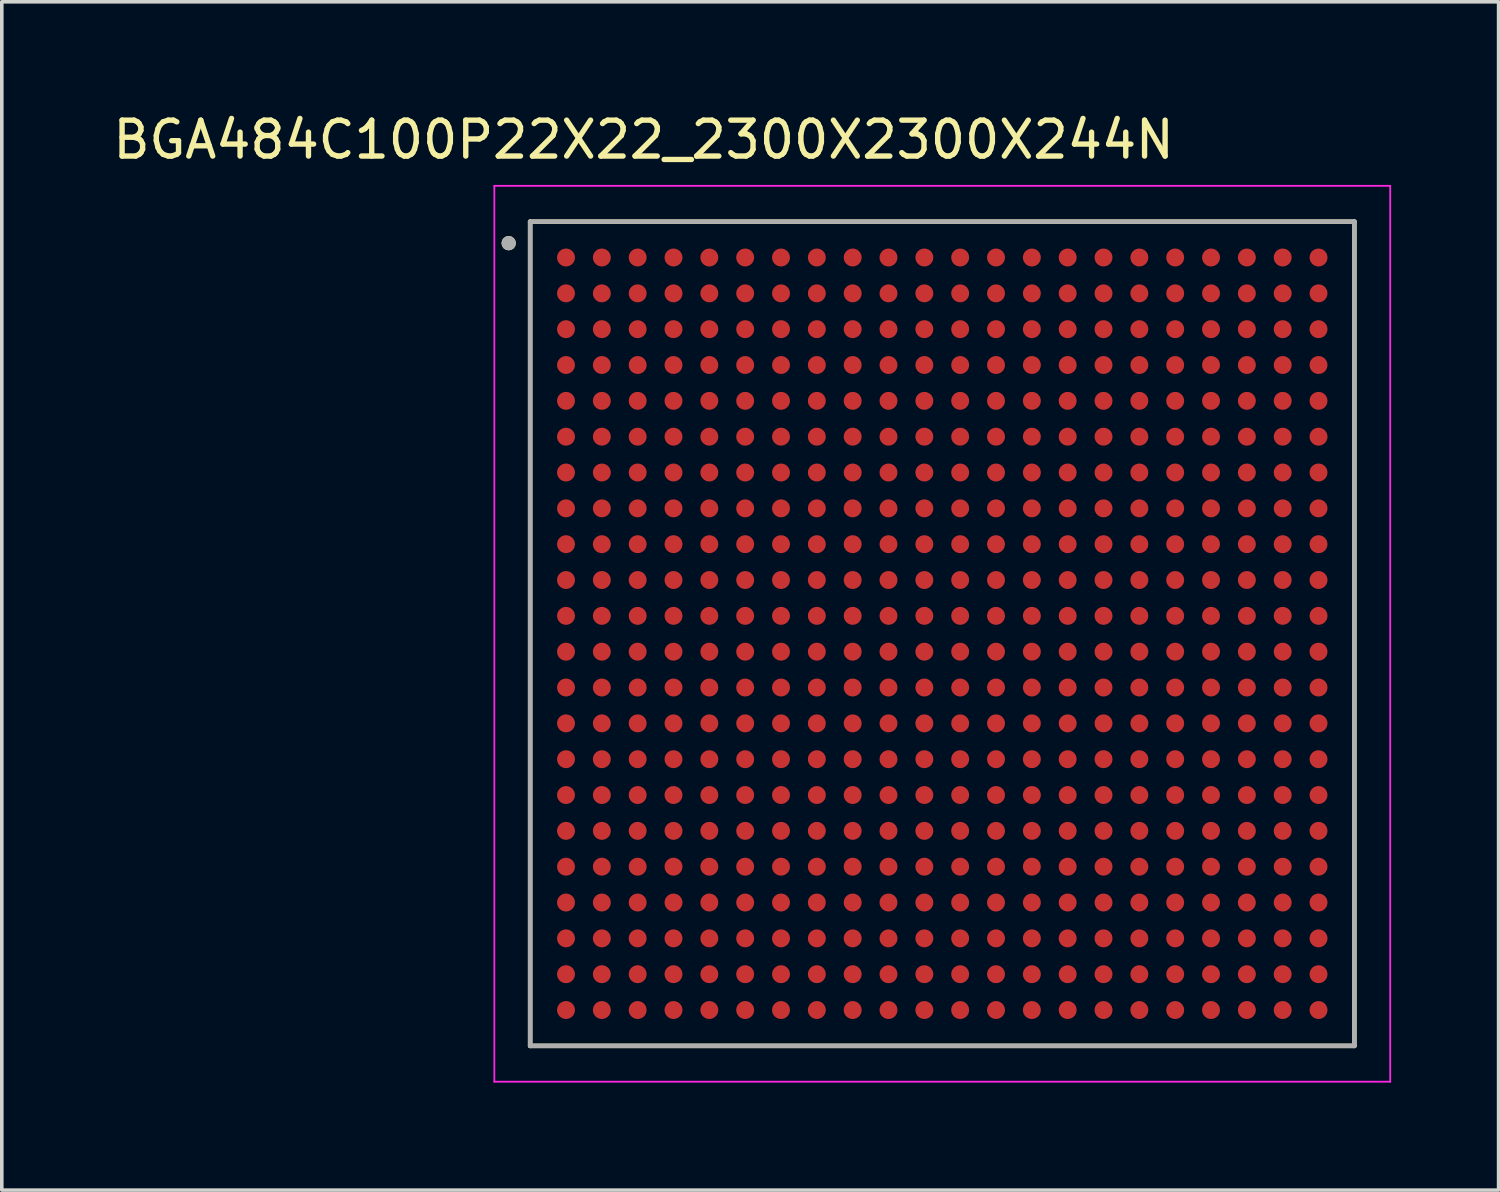
<source format=kicad_pcb>
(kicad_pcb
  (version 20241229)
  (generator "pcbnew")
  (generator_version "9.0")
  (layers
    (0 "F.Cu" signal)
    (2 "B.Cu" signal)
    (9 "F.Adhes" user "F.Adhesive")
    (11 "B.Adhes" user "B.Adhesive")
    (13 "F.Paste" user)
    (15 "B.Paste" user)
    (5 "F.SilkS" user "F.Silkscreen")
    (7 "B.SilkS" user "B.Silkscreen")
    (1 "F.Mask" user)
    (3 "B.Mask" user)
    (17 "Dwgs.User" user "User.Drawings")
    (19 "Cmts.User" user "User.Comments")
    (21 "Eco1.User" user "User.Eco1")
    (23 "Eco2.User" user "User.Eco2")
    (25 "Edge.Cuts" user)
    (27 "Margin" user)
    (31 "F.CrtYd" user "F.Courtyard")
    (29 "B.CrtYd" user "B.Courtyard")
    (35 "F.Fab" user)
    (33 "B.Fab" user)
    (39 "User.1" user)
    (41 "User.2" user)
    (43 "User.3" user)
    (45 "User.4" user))
  (footprint "BGA484C100P22X22_2300X2300X244N"
    (layer "F.Cu")
    (at 23.245 14.636)
    (property "Reference" "BGA484C100P22X22_2300X2300X244N" (at -8.335 -13.787 0) (layer "F.SilkS") (effects (font (size 1.002 1.002) (thickness 0.15))))
    (attr smd)
    (fp_line (start -11.5 -11.5) (end 11.5 -11.5) (stroke (width 0.127) (type solid)) (layer "F.SilkS"))
    (fp_line (start -11.5 11.5) (end -11.5 -11.5) (stroke (width 0.127) (type solid)) (layer "F.SilkS"))
    (fp_line (start 11.5 -11.5) (end 11.5 11.5) (stroke (width 0.127) (type solid)) (layer "F.SilkS"))
    (fp_line (start 11.5 11.5) (end -11.5 11.5) (stroke (width 0.127) (type solid)) (layer "F.SilkS"))
    (fp_circle (center -12.1 -10.9) (end -12 -10.9) (stroke (width 0.2) (type solid)) (fill no) (layer "F.SilkS"))
    (fp_line (start -12.5 -12.5) (end -12.5 12.5) (stroke (width 0.05) (type solid)) (layer "F.CrtYd"))
    (fp_line (start -12.5 12.5) (end 12.5 12.5) (stroke (width 0.05) (type solid)) (layer "F.CrtYd"))
    (fp_line (start 12.5 -12.5) (end -12.5 -12.5) (stroke (width 0.05) (type solid)) (layer "F.CrtYd"))
    (fp_line (start 12.5 12.5) (end 12.5 -12.5) (stroke (width 0.05) (type solid)) (layer "F.CrtYd"))
    (fp_line (start -11.5 -11.5) (end 11.5 -11.5) (stroke (width 0.127) (type solid)) (layer "F.Fab"))
    (fp_line (start -11.5 11.5) (end -11.5 -11.5) (stroke (width 0.127) (type solid)) (layer "F.Fab"))
    (fp_line (start 11.5 -11.5) (end 11.5 11.5) (stroke (width 0.127) (type solid)) (layer "F.Fab"))
    (fp_line (start 11.5 11.5) (end -11.5 11.5) (stroke (width 0.127) (type solid)) (layer "F.Fab"))
    (fp_circle (center -12.1 -10.9) (end -12 -10.9) (stroke (width 0.2) (type solid)) (fill no) (layer "F.Fab"))
    (pad "A1" smd circle (at -10.5 -10.5) (size 0.5 0.5) (layers "F.Cu" "F.Mask" "F.Paste"))
    (pad "A2" smd circle (at -9.5 -10.5) (size 0.5 0.5) (layers "F.Cu" "F.Mask" "F.Paste"))
    (pad "A3" smd circle (at -8.5 -10.5) (size 0.5 0.5) (layers "F.Cu" "F.Mask" "F.Paste"))
    (pad "A4" smd circle (at -7.5 -10.5) (size 0.5 0.5) (layers "F.Cu" "F.Mask" "F.Paste"))
    (pad "A5" smd circle (at -6.5 -10.5) (size 0.5 0.5) (layers "F.Cu" "F.Mask" "F.Paste"))
    (pad "A6" smd circle (at -5.5 -10.5) (size 0.5 0.5) (layers "F.Cu" "F.Mask" "F.Paste"))
    (pad "A7" smd circle (at -4.5 -10.5) (size 0.5 0.5) (layers "F.Cu" "F.Mask" "F.Paste"))
    (pad "A8" smd circle (at -3.5 -10.5) (size 0.5 0.5) (layers "F.Cu" "F.Mask" "F.Paste"))
    (pad "A9" smd circle (at -2.5 -10.5) (size 0.5 0.5) (layers "F.Cu" "F.Mask" "F.Paste"))
    (pad "A10" smd circle (at -1.5 -10.5) (size 0.5 0.5) (layers "F.Cu" "F.Mask" "F.Paste"))
    (pad "A11" smd circle (at -0.5 -10.5) (size 0.5 0.5) (layers "F.Cu" "F.Mask" "F.Paste"))
    (pad "A12" smd circle (at 0.5 -10.5) (size 0.5 0.5) (layers "F.Cu" "F.Mask" "F.Paste"))
    (pad "A13" smd circle (at 1.5 -10.5) (size 0.5 0.5) (layers "F.Cu" "F.Mask" "F.Paste"))
    (pad "A14" smd circle (at 2.5 -10.5) (size 0.5 0.5) (layers "F.Cu" "F.Mask" "F.Paste"))
    (pad "A15" smd circle (at 3.5 -10.5) (size 0.5 0.5) (layers "F.Cu" "F.Mask" "F.Paste"))
    (pad "A16" smd circle (at 4.5 -10.5) (size 0.5 0.5) (layers "F.Cu" "F.Mask" "F.Paste"))
    (pad "A17" smd circle (at 5.5 -10.5) (size 0.5 0.5) (layers "F.Cu" "F.Mask" "F.Paste"))
    (pad "A18" smd circle (at 6.5 -10.5) (size 0.5 0.5) (layers "F.Cu" "F.Mask" "F.Paste"))
    (pad "A19" smd circle (at 7.5 -10.5) (size 0.5 0.5) (layers "F.Cu" "F.Mask" "F.Paste"))
    (pad "A20" smd circle (at 8.5 -10.5) (size 0.5 0.5) (layers "F.Cu" "F.Mask" "F.Paste"))
    (pad "A21" smd circle (at 9.5 -10.5) (size 0.5 0.5) (layers "F.Cu" "F.Mask" "F.Paste"))
    (pad "A22" smd circle (at 10.5 -10.5) (size 0.5 0.5) (layers "F.Cu" "F.Mask" "F.Paste"))
    (pad "AA1" smd circle (at -10.5 9.5) (size 0.5 0.5) (layers "F.Cu" "F.Mask" "F.Paste"))
    (pad "AA2" smd circle (at -9.5 9.5) (size 0.5 0.5) (layers "F.Cu" "F.Mask" "F.Paste"))
    (pad "AA3" smd circle (at -8.5 9.5) (size 0.5 0.5) (layers "F.Cu" "F.Mask" "F.Paste"))
    (pad "AA4" smd circle (at -7.5 9.5) (size 0.5 0.5) (layers "F.Cu" "F.Mask" "F.Paste"))
    (pad "AA5" smd circle (at -6.5 9.5) (size 0.5 0.5) (layers "F.Cu" "F.Mask" "F.Paste"))
    (pad "AA6" smd circle (at -5.5 9.5) (size 0.5 0.5) (layers "F.Cu" "F.Mask" "F.Paste"))
    (pad "AA7" smd circle (at -4.5 9.5) (size 0.5 0.5) (layers "F.Cu" "F.Mask" "F.Paste"))
    (pad "AA8" smd circle (at -3.5 9.5) (size 0.5 0.5) (layers "F.Cu" "F.Mask" "F.Paste"))
    (pad "AA9" smd circle (at -2.5 9.5) (size 0.5 0.5) (layers "F.Cu" "F.Mask" "F.Paste"))
    (pad "AA10" smd circle (at -1.5 9.5) (size 0.5 0.5) (layers "F.Cu" "F.Mask" "F.Paste"))
    (pad "AA11" smd circle (at -0.5 9.5) (size 0.5 0.5) (layers "F.Cu" "F.Mask" "F.Paste"))
    (pad "AA12" smd circle (at 0.5 9.5) (size 0.5 0.5) (layers "F.Cu" "F.Mask" "F.Paste"))
    (pad "AA13" smd circle (at 1.5 9.5) (size 0.5 0.5) (layers "F.Cu" "F.Mask" "F.Paste"))
    (pad "AA14" smd circle (at 2.5 9.5) (size 0.5 0.5) (layers "F.Cu" "F.Mask" "F.Paste"))
    (pad "AA15" smd circle (at 3.5 9.5) (size 0.5 0.5) (layers "F.Cu" "F.Mask" "F.Paste"))
    (pad "AA16" smd circle (at 4.5 9.5) (size 0.5 0.5) (layers "F.Cu" "F.Mask" "F.Paste"))
    (pad "AA17" smd circle (at 5.5 9.5) (size 0.5 0.5) (layers "F.Cu" "F.Mask" "F.Paste"))
    (pad "AA18" smd circle (at 6.5 9.5) (size 0.5 0.5) (layers "F.Cu" "F.Mask" "F.Paste"))
    (pad "AA19" smd circle (at 7.5 9.5) (size 0.5 0.5) (layers "F.Cu" "F.Mask" "F.Paste"))
    (pad "AA20" smd circle (at 8.5 9.5) (size 0.5 0.5) (layers "F.Cu" "F.Mask" "F.Paste"))
    (pad "AA21" smd circle (at 9.5 9.5) (size 0.5 0.5) (layers "F.Cu" "F.Mask" "F.Paste"))
    (pad "AA22" smd circle (at 10.5 9.5) (size 0.5 0.5) (layers "F.Cu" "F.Mask" "F.Paste"))
    (pad "AB1" smd circle (at -10.5 10.5) (size 0.5 0.5) (layers "F.Cu" "F.Mask" "F.Paste"))
    (pad "AB2" smd circle (at -9.5 10.5) (size 0.5 0.5) (layers "F.Cu" "F.Mask" "F.Paste"))
    (pad "AB3" smd circle (at -8.5 10.5) (size 0.5 0.5) (layers "F.Cu" "F.Mask" "F.Paste"))
    (pad "AB4" smd circle (at -7.5 10.5) (size 0.5 0.5) (layers "F.Cu" "F.Mask" "F.Paste"))
    (pad "AB5" smd circle (at -6.5 10.5) (size 0.5 0.5) (layers "F.Cu" "F.Mask" "F.Paste"))
    (pad "AB6" smd circle (at -5.5 10.5) (size 0.5 0.5) (layers "F.Cu" "F.Mask" "F.Paste"))
    (pad "AB7" smd circle (at -4.5 10.5) (size 0.5 0.5) (layers "F.Cu" "F.Mask" "F.Paste"))
    (pad "AB8" smd circle (at -3.5 10.5) (size 0.5 0.5) (layers "F.Cu" "F.Mask" "F.Paste"))
    (pad "AB9" smd circle (at -2.5 10.5) (size 0.5 0.5) (layers "F.Cu" "F.Mask" "F.Paste"))
    (pad "AB10" smd circle (at -1.5 10.5) (size 0.5 0.5) (layers "F.Cu" "F.Mask" "F.Paste"))
    (pad "AB11" smd circle (at -0.5 10.5) (size 0.5 0.5) (layers "F.Cu" "F.Mask" "F.Paste"))
    (pad "AB12" smd circle (at 0.5 10.5) (size 0.5 0.5) (layers "F.Cu" "F.Mask" "F.Paste"))
    (pad "AB13" smd circle (at 1.5 10.5) (size 0.5 0.5) (layers "F.Cu" "F.Mask" "F.Paste"))
    (pad "AB14" smd circle (at 2.5 10.5) (size 0.5 0.5) (layers "F.Cu" "F.Mask" "F.Paste"))
    (pad "AB15" smd circle (at 3.5 10.5) (size 0.5 0.5) (layers "F.Cu" "F.Mask" "F.Paste"))
    (pad "AB16" smd circle (at 4.5 10.5) (size 0.5 0.5) (layers "F.Cu" "F.Mask" "F.Paste"))
    (pad "AB17" smd circle (at 5.5 10.5) (size 0.5 0.5) (layers "F.Cu" "F.Mask" "F.Paste"))
    (pad "AB18" smd circle (at 6.5 10.5) (size 0.5 0.5) (layers "F.Cu" "F.Mask" "F.Paste"))
    (pad "AB19" smd circle (at 7.5 10.5) (size 0.5 0.5) (layers "F.Cu" "F.Mask" "F.Paste"))
    (pad "AB20" smd circle (at 8.5 10.5) (size 0.5 0.5) (layers "F.Cu" "F.Mask" "F.Paste"))
    (pad "AB21" smd circle (at 9.5 10.5) (size 0.5 0.5) (layers "F.Cu" "F.Mask" "F.Paste"))
    (pad "AB22" smd circle (at 10.5 10.5) (size 0.5 0.5) (layers "F.Cu" "F.Mask" "F.Paste"))
    (pad "B1" smd circle (at -10.5 -9.5) (size 0.5 0.5) (layers "F.Cu" "F.Mask" "F.Paste"))
    (pad "B2" smd circle (at -9.5 -9.5) (size 0.5 0.5) (layers "F.Cu" "F.Mask" "F.Paste"))
    (pad "B3" smd circle (at -8.5 -9.5) (size 0.5 0.5) (layers "F.Cu" "F.Mask" "F.Paste"))
    (pad "B4" smd circle (at -7.5 -9.5) (size 0.5 0.5) (layers "F.Cu" "F.Mask" "F.Paste"))
    (pad "B5" smd circle (at -6.5 -9.5) (size 0.5 0.5) (layers "F.Cu" "F.Mask" "F.Paste"))
    (pad "B6" smd circle (at -5.5 -9.5) (size 0.5 0.5) (layers "F.Cu" "F.Mask" "F.Paste"))
    (pad "B7" smd circle (at -4.5 -9.5) (size 0.5 0.5) (layers "F.Cu" "F.Mask" "F.Paste"))
    (pad "B8" smd circle (at -3.5 -9.5) (size 0.5 0.5) (layers "F.Cu" "F.Mask" "F.Paste"))
    (pad "B9" smd circle (at -2.5 -9.5) (size 0.5 0.5) (layers "F.Cu" "F.Mask" "F.Paste"))
    (pad "B10" smd circle (at -1.5 -9.5) (size 0.5 0.5) (layers "F.Cu" "F.Mask" "F.Paste"))
    (pad "B11" smd circle (at -0.5 -9.5) (size 0.5 0.5) (layers "F.Cu" "F.Mask" "F.Paste"))
    (pad "B12" smd circle (at 0.5 -9.5) (size 0.5 0.5) (layers "F.Cu" "F.Mask" "F.Paste"))
    (pad "B13" smd circle (at 1.5 -9.5) (size 0.5 0.5) (layers "F.Cu" "F.Mask" "F.Paste"))
    (pad "B14" smd circle (at 2.5 -9.5) (size 0.5 0.5) (layers "F.Cu" "F.Mask" "F.Paste"))
    (pad "B15" smd circle (at 3.5 -9.5) (size 0.5 0.5) (layers "F.Cu" "F.Mask" "F.Paste"))
    (pad "B16" smd circle (at 4.5 -9.5) (size 0.5 0.5) (layers "F.Cu" "F.Mask" "F.Paste"))
    (pad "B17" smd circle (at 5.5 -9.5) (size 0.5 0.5) (layers "F.Cu" "F.Mask" "F.Paste"))
    (pad "B18" smd circle (at 6.5 -9.5) (size 0.5 0.5) (layers "F.Cu" "F.Mask" "F.Paste"))
    (pad "B19" smd circle (at 7.5 -9.5) (size 0.5 0.5) (layers "F.Cu" "F.Mask" "F.Paste"))
    (pad "B20" smd circle (at 8.5 -9.5) (size 0.5 0.5) (layers "F.Cu" "F.Mask" "F.Paste"))
    (pad "B21" smd circle (at 9.5 -9.5) (size 0.5 0.5) (layers "F.Cu" "F.Mask" "F.Paste"))
    (pad "B22" smd circle (at 10.5 -9.5) (size 0.5 0.5) (layers "F.Cu" "F.Mask" "F.Paste"))
    (pad "C1" smd circle (at -10.5 -8.5) (size 0.5 0.5) (layers "F.Cu" "F.Mask" "F.Paste"))
    (pad "C2" smd circle (at -9.5 -8.5) (size 0.5 0.5) (layers "F.Cu" "F.Mask" "F.Paste"))
    (pad "C3" smd circle (at -8.5 -8.5) (size 0.5 0.5) (layers "F.Cu" "F.Mask" "F.Paste"))
    (pad "C4" smd circle (at -7.5 -8.5) (size 0.5 0.5) (layers "F.Cu" "F.Mask" "F.Paste"))
    (pad "C5" smd circle (at -6.5 -8.5) (size 0.5 0.5) (layers "F.Cu" "F.Mask" "F.Paste"))
    (pad "C6" smd circle (at -5.5 -8.5) (size 0.5 0.5) (layers "F.Cu" "F.Mask" "F.Paste"))
    (pad "C7" smd circle (at -4.5 -8.5) (size 0.5 0.5) (layers "F.Cu" "F.Mask" "F.Paste"))
    (pad "C8" smd circle (at -3.5 -8.5) (size 0.5 0.5) (layers "F.Cu" "F.Mask" "F.Paste"))
    (pad "C9" smd circle (at -2.5 -8.5) (size 0.5 0.5) (layers "F.Cu" "F.Mask" "F.Paste"))
    (pad "C10" smd circle (at -1.5 -8.5) (size 0.5 0.5) (layers "F.Cu" "F.Mask" "F.Paste"))
    (pad "C11" smd circle (at -0.5 -8.5) (size 0.5 0.5) (layers "F.Cu" "F.Mask" "F.Paste"))
    (pad "C12" smd circle (at 0.5 -8.5) (size 0.5 0.5) (layers "F.Cu" "F.Mask" "F.Paste"))
    (pad "C13" smd circle (at 1.5 -8.5) (size 0.5 0.5) (layers "F.Cu" "F.Mask" "F.Paste"))
    (pad "C14" smd circle (at 2.5 -8.5) (size 0.5 0.5) (layers "F.Cu" "F.Mask" "F.Paste"))
    (pad "C15" smd circle (at 3.5 -8.5) (size 0.5 0.5) (layers "F.Cu" "F.Mask" "F.Paste"))
    (pad "C16" smd circle (at 4.5 -8.5) (size 0.5 0.5) (layers "F.Cu" "F.Mask" "F.Paste"))
    (pad "C17" smd circle (at 5.5 -8.5) (size 0.5 0.5) (layers "F.Cu" "F.Mask" "F.Paste"))
    (pad "C18" smd circle (at 6.5 -8.5) (size 0.5 0.5) (layers "F.Cu" "F.Mask" "F.Paste"))
    (pad "C19" smd circle (at 7.5 -8.5) (size 0.5 0.5) (layers "F.Cu" "F.Mask" "F.Paste"))
    (pad "C20" smd circle (at 8.5 -8.5) (size 0.5 0.5) (layers "F.Cu" "F.Mask" "F.Paste"))
    (pad "C21" smd circle (at 9.5 -8.5) (size 0.5 0.5) (layers "F.Cu" "F.Mask" "F.Paste"))
    (pad "C22" smd circle (at 10.5 -8.5) (size 0.5 0.5) (layers "F.Cu" "F.Mask" "F.Paste"))
    (pad "D1" smd circle (at -10.5 -7.5) (size 0.5 0.5) (layers "F.Cu" "F.Mask" "F.Paste"))
    (pad "D2" smd circle (at -9.5 -7.5) (size 0.5 0.5) (layers "F.Cu" "F.Mask" "F.Paste"))
    (pad "D3" smd circle (at -8.5 -7.5) (size 0.5 0.5) (layers "F.Cu" "F.Mask" "F.Paste"))
    (pad "D4" smd circle (at -7.5 -7.5) (size 0.5 0.5) (layers "F.Cu" "F.Mask" "F.Paste"))
    (pad "D5" smd circle (at -6.5 -7.5) (size 0.5 0.5) (layers "F.Cu" "F.Mask" "F.Paste"))
    (pad "D6" smd circle (at -5.5 -7.5) (size 0.5 0.5) (layers "F.Cu" "F.Mask" "F.Paste"))
    (pad "D7" smd circle (at -4.5 -7.5) (size 0.5 0.5) (layers "F.Cu" "F.Mask" "F.Paste"))
    (pad "D8" smd circle (at -3.5 -7.5) (size 0.5 0.5) (layers "F.Cu" "F.Mask" "F.Paste"))
    (pad "D9" smd circle (at -2.5 -7.5) (size 0.5 0.5) (layers "F.Cu" "F.Mask" "F.Paste"))
    (pad "D10" smd circle (at -1.5 -7.5) (size 0.5 0.5) (layers "F.Cu" "F.Mask" "F.Paste"))
    (pad "D11" smd circle (at -0.5 -7.5) (size 0.5 0.5) (layers "F.Cu" "F.Mask" "F.Paste"))
    (pad "D12" smd circle (at 0.5 -7.5) (size 0.5 0.5) (layers "F.Cu" "F.Mask" "F.Paste"))
    (pad "D13" smd circle (at 1.5 -7.5) (size 0.5 0.5) (layers "F.Cu" "F.Mask" "F.Paste"))
    (pad "D14" smd circle (at 2.5 -7.5) (size 0.5 0.5) (layers "F.Cu" "F.Mask" "F.Paste"))
    (pad "D15" smd circle (at 3.5 -7.5) (size 0.5 0.5) (layers "F.Cu" "F.Mask" "F.Paste"))
    (pad "D16" smd circle (at 4.5 -7.5) (size 0.5 0.5) (layers "F.Cu" "F.Mask" "F.Paste"))
    (pad "D17" smd circle (at 5.5 -7.5) (size 0.5 0.5) (layers "F.Cu" "F.Mask" "F.Paste"))
    (pad "D18" smd circle (at 6.5 -7.5) (size 0.5 0.5) (layers "F.Cu" "F.Mask" "F.Paste"))
    (pad "D19" smd circle (at 7.5 -7.5) (size 0.5 0.5) (layers "F.Cu" "F.Mask" "F.Paste"))
    (pad "D20" smd circle (at 8.5 -7.5) (size 0.5 0.5) (layers "F.Cu" "F.Mask" "F.Paste"))
    (pad "D21" smd circle (at 9.5 -7.5) (size 0.5 0.5) (layers "F.Cu" "F.Mask" "F.Paste"))
    (pad "D22" smd circle (at 10.5 -7.5) (size 0.5 0.5) (layers "F.Cu" "F.Mask" "F.Paste"))
    (pad "E1" smd circle (at -10.5 -6.5) (size 0.5 0.5) (layers "F.Cu" "F.Mask" "F.Paste"))
    (pad "E2" smd circle (at -9.5 -6.5) (size 0.5 0.5) (layers "F.Cu" "F.Mask" "F.Paste"))
    (pad "E3" smd circle (at -8.5 -6.5) (size 0.5 0.5) (layers "F.Cu" "F.Mask" "F.Paste"))
    (pad "E4" smd circle (at -7.5 -6.5) (size 0.5 0.5) (layers "F.Cu" "F.Mask" "F.Paste"))
    (pad "E5" smd circle (at -6.5 -6.5) (size 0.5 0.5) (layers "F.Cu" "F.Mask" "F.Paste"))
    (pad "E6" smd circle (at -5.5 -6.5) (size 0.5 0.5) (layers "F.Cu" "F.Mask" "F.Paste"))
    (pad "E7" smd circle (at -4.5 -6.5) (size 0.5 0.5) (layers "F.Cu" "F.Mask" "F.Paste"))
    (pad "E8" smd circle (at -3.5 -6.5) (size 0.5 0.5) (layers "F.Cu" "F.Mask" "F.Paste"))
    (pad "E9" smd circle (at -2.5 -6.5) (size 0.5 0.5) (layers "F.Cu" "F.Mask" "F.Paste"))
    (pad "E10" smd circle (at -1.5 -6.5) (size 0.5 0.5) (layers "F.Cu" "F.Mask" "F.Paste"))
    (pad "E11" smd circle (at -0.5 -6.5) (size 0.5 0.5) (layers "F.Cu" "F.Mask" "F.Paste"))
    (pad "E12" smd circle (at 0.5 -6.5) (size 0.5 0.5) (layers "F.Cu" "F.Mask" "F.Paste"))
    (pad "E13" smd circle (at 1.5 -6.5) (size 0.5 0.5) (layers "F.Cu" "F.Mask" "F.Paste"))
    (pad "E14" smd circle (at 2.5 -6.5) (size 0.5 0.5) (layers "F.Cu" "F.Mask" "F.Paste"))
    (pad "E15" smd circle (at 3.5 -6.5) (size 0.5 0.5) (layers "F.Cu" "F.Mask" "F.Paste"))
    (pad "E16" smd circle (at 4.5 -6.5) (size 0.5 0.5) (layers "F.Cu" "F.Mask" "F.Paste"))
    (pad "E17" smd circle (at 5.5 -6.5) (size 0.5 0.5) (layers "F.Cu" "F.Mask" "F.Paste"))
    (pad "E18" smd circle (at 6.5 -6.5) (size 0.5 0.5) (layers "F.Cu" "F.Mask" "F.Paste"))
    (pad "E19" smd circle (at 7.5 -6.5) (size 0.5 0.5) (layers "F.Cu" "F.Mask" "F.Paste"))
    (pad "E20" smd circle (at 8.5 -6.5) (size 0.5 0.5) (layers "F.Cu" "F.Mask" "F.Paste"))
    (pad "E21" smd circle (at 9.5 -6.5) (size 0.5 0.5) (layers "F.Cu" "F.Mask" "F.Paste"))
    (pad "E22" smd circle (at 10.5 -6.5) (size 0.5 0.5) (layers "F.Cu" "F.Mask" "F.Paste"))
    (pad "F1" smd circle (at -10.5 -5.5) (size 0.5 0.5) (layers "F.Cu" "F.Mask" "F.Paste"))
    (pad "F2" smd circle (at -9.5 -5.5) (size 0.5 0.5) (layers "F.Cu" "F.Mask" "F.Paste"))
    (pad "F3" smd circle (at -8.5 -5.5) (size 0.5 0.5) (layers "F.Cu" "F.Mask" "F.Paste"))
    (pad "F4" smd circle (at -7.5 -5.5) (size 0.5 0.5) (layers "F.Cu" "F.Mask" "F.Paste"))
    (pad "F5" smd circle (at -6.5 -5.5) (size 0.5 0.5) (layers "F.Cu" "F.Mask" "F.Paste"))
    (pad "F6" smd circle (at -5.5 -5.5) (size 0.5 0.5) (layers "F.Cu" "F.Mask" "F.Paste"))
    (pad "F7" smd circle (at -4.5 -5.5) (size 0.5 0.5) (layers "F.Cu" "F.Mask" "F.Paste"))
    (pad "F8" smd circle (at -3.5 -5.5) (size 0.5 0.5) (layers "F.Cu" "F.Mask" "F.Paste"))
    (pad "F9" smd circle (at -2.5 -5.5) (size 0.5 0.5) (layers "F.Cu" "F.Mask" "F.Paste"))
    (pad "F10" smd circle (at -1.5 -5.5) (size 0.5 0.5) (layers "F.Cu" "F.Mask" "F.Paste"))
    (pad "F11" smd circle (at -0.5 -5.5) (size 0.5 0.5) (layers "F.Cu" "F.Mask" "F.Paste"))
    (pad "F12" smd circle (at 0.5 -5.5) (size 0.5 0.5) (layers "F.Cu" "F.Mask" "F.Paste"))
    (pad "F13" smd circle (at 1.5 -5.5) (size 0.5 0.5) (layers "F.Cu" "F.Mask" "F.Paste"))
    (pad "F14" smd circle (at 2.5 -5.5) (size 0.5 0.5) (layers "F.Cu" "F.Mask" "F.Paste"))
    (pad "F15" smd circle (at 3.5 -5.5) (size 0.5 0.5) (layers "F.Cu" "F.Mask" "F.Paste"))
    (pad "F16" smd circle (at 4.5 -5.5) (size 0.5 0.5) (layers "F.Cu" "F.Mask" "F.Paste"))
    (pad "F17" smd circle (at 5.5 -5.5) (size 0.5 0.5) (layers "F.Cu" "F.Mask" "F.Paste"))
    (pad "F18" smd circle (at 6.5 -5.5) (size 0.5 0.5) (layers "F.Cu" "F.Mask" "F.Paste"))
    (pad "F19" smd circle (at 7.5 -5.5) (size 0.5 0.5) (layers "F.Cu" "F.Mask" "F.Paste"))
    (pad "F20" smd circle (at 8.5 -5.5) (size 0.5 0.5) (layers "F.Cu" "F.Mask" "F.Paste"))
    (pad "F21" smd circle (at 9.5 -5.5) (size 0.5 0.5) (layers "F.Cu" "F.Mask" "F.Paste"))
    (pad "F22" smd circle (at 10.5 -5.5) (size 0.5 0.5) (layers "F.Cu" "F.Mask" "F.Paste"))
    (pad "G1" smd circle (at -10.5 -4.5) (size 0.5 0.5) (layers "F.Cu" "F.Mask" "F.Paste"))
    (pad "G2" smd circle (at -9.5 -4.5) (size 0.5 0.5) (layers "F.Cu" "F.Mask" "F.Paste"))
    (pad "G3" smd circle (at -8.5 -4.5) (size 0.5 0.5) (layers "F.Cu" "F.Mask" "F.Paste"))
    (pad "G4" smd circle (at -7.5 -4.5) (size 0.5 0.5) (layers "F.Cu" "F.Mask" "F.Paste"))
    (pad "G5" smd circle (at -6.5 -4.5) (size 0.5 0.5) (layers "F.Cu" "F.Mask" "F.Paste"))
    (pad "G6" smd circle (at -5.5 -4.5) (size 0.5 0.5) (layers "F.Cu" "F.Mask" "F.Paste"))
    (pad "G7" smd circle (at -4.5 -4.5) (size 0.5 0.5) (layers "F.Cu" "F.Mask" "F.Paste"))
    (pad "G8" smd circle (at -3.5 -4.5) (size 0.5 0.5) (layers "F.Cu" "F.Mask" "F.Paste"))
    (pad "G9" smd circle (at -2.5 -4.5) (size 0.5 0.5) (layers "F.Cu" "F.Mask" "F.Paste"))
    (pad "G10" smd circle (at -1.5 -4.5) (size 0.5 0.5) (layers "F.Cu" "F.Mask" "F.Paste"))
    (pad "G11" smd circle (at -0.5 -4.5) (size 0.5 0.5) (layers "F.Cu" "F.Mask" "F.Paste"))
    (pad "G12" smd circle (at 0.5 -4.5) (size 0.5 0.5) (layers "F.Cu" "F.Mask" "F.Paste"))
    (pad "G13" smd circle (at 1.5 -4.5) (size 0.5 0.5) (layers "F.Cu" "F.Mask" "F.Paste"))
    (pad "G14" smd circle (at 2.5 -4.5) (size 0.5 0.5) (layers "F.Cu" "F.Mask" "F.Paste"))
    (pad "G15" smd circle (at 3.5 -4.5) (size 0.5 0.5) (layers "F.Cu" "F.Mask" "F.Paste"))
    (pad "G16" smd circle (at 4.5 -4.5) (size 0.5 0.5) (layers "F.Cu" "F.Mask" "F.Paste"))
    (pad "G17" smd circle (at 5.5 -4.5) (size 0.5 0.5) (layers "F.Cu" "F.Mask" "F.Paste"))
    (pad "G18" smd circle (at 6.5 -4.5) (size 0.5 0.5) (layers "F.Cu" "F.Mask" "F.Paste"))
    (pad "G19" smd circle (at 7.5 -4.5) (size 0.5 0.5) (layers "F.Cu" "F.Mask" "F.Paste"))
    (pad "G20" smd circle (at 8.5 -4.5) (size 0.5 0.5) (layers "F.Cu" "F.Mask" "F.Paste"))
    (pad "G21" smd circle (at 9.5 -4.5) (size 0.5 0.5) (layers "F.Cu" "F.Mask" "F.Paste"))
    (pad "G22" smd circle (at 10.5 -4.5) (size 0.5 0.5) (layers "F.Cu" "F.Mask" "F.Paste"))
    (pad "H1" smd circle (at -10.5 -3.5) (size 0.5 0.5) (layers "F.Cu" "F.Mask" "F.Paste"))
    (pad "H2" smd circle (at -9.5 -3.5) (size 0.5 0.5) (layers "F.Cu" "F.Mask" "F.Paste"))
    (pad "H3" smd circle (at -8.5 -3.5) (size 0.5 0.5) (layers "F.Cu" "F.Mask" "F.Paste"))
    (pad "H4" smd circle (at -7.5 -3.5) (size 0.5 0.5) (layers "F.Cu" "F.Mask" "F.Paste"))
    (pad "H5" smd circle (at -6.5 -3.5) (size 0.5 0.5) (layers "F.Cu" "F.Mask" "F.Paste"))
    (pad "H6" smd circle (at -5.5 -3.5) (size 0.5 0.5) (layers "F.Cu" "F.Mask" "F.Paste"))
    (pad "H7" smd circle (at -4.5 -3.5) (size 0.5 0.5) (layers "F.Cu" "F.Mask" "F.Paste"))
    (pad "H8" smd circle (at -3.5 -3.5) (size 0.5 0.5) (layers "F.Cu" "F.Mask" "F.Paste"))
    (pad "H9" smd circle (at -2.5 -3.5) (size 0.5 0.5) (layers "F.Cu" "F.Mask" "F.Paste"))
    (pad "H10" smd circle (at -1.5 -3.5) (size 0.5 0.5) (layers "F.Cu" "F.Mask" "F.Paste"))
    (pad "H11" smd circle (at -0.5 -3.5) (size 0.5 0.5) (layers "F.Cu" "F.Mask" "F.Paste"))
    (pad "H12" smd circle (at 0.5 -3.5) (size 0.5 0.5) (layers "F.Cu" "F.Mask" "F.Paste"))
    (pad "H13" smd circle (at 1.5 -3.5) (size 0.5 0.5) (layers "F.Cu" "F.Mask" "F.Paste"))
    (pad "H14" smd circle (at 2.5 -3.5) (size 0.5 0.5) (layers "F.Cu" "F.Mask" "F.Paste"))
    (pad "H15" smd circle (at 3.5 -3.5) (size 0.5 0.5) (layers "F.Cu" "F.Mask" "F.Paste"))
    (pad "H16" smd circle (at 4.5 -3.5) (size 0.5 0.5) (layers "F.Cu" "F.Mask" "F.Paste"))
    (pad "H17" smd circle (at 5.5 -3.5) (size 0.5 0.5) (layers "F.Cu" "F.Mask" "F.Paste"))
    (pad "H18" smd circle (at 6.5 -3.5) (size 0.5 0.5) (layers "F.Cu" "F.Mask" "F.Paste"))
    (pad "H19" smd circle (at 7.5 -3.5) (size 0.5 0.5) (layers "F.Cu" "F.Mask" "F.Paste"))
    (pad "H20" smd circle (at 8.5 -3.5) (size 0.5 0.5) (layers "F.Cu" "F.Mask" "F.Paste"))
    (pad "H21" smd circle (at 9.5 -3.5) (size 0.5 0.5) (layers "F.Cu" "F.Mask" "F.Paste"))
    (pad "H22" smd circle (at 10.5 -3.5) (size 0.5 0.5) (layers "F.Cu" "F.Mask" "F.Paste"))
    (pad "J1" smd circle (at -10.5 -2.5) (size 0.5 0.5) (layers "F.Cu" "F.Mask" "F.Paste"))
    (pad "J2" smd circle (at -9.5 -2.5) (size 0.5 0.5) (layers "F.Cu" "F.Mask" "F.Paste"))
    (pad "J3" smd circle (at -8.5 -2.5) (size 0.5 0.5) (layers "F.Cu" "F.Mask" "F.Paste"))
    (pad "J4" smd circle (at -7.5 -2.5) (size 0.5 0.5) (layers "F.Cu" "F.Mask" "F.Paste"))
    (pad "J5" smd circle (at -6.5 -2.5) (size 0.5 0.5) (layers "F.Cu" "F.Mask" "F.Paste"))
    (pad "J6" smd circle (at -5.5 -2.5) (size 0.5 0.5) (layers "F.Cu" "F.Mask" "F.Paste"))
    (pad "J7" smd circle (at -4.5 -2.5) (size 0.5 0.5) (layers "F.Cu" "F.Mask" "F.Paste"))
    (pad "J8" smd circle (at -3.5 -2.5) (size 0.5 0.5) (layers "F.Cu" "F.Mask" "F.Paste"))
    (pad "J9" smd circle (at -2.5 -2.5) (size 0.5 0.5) (layers "F.Cu" "F.Mask" "F.Paste"))
    (pad "J10" smd circle (at -1.5 -2.5) (size 0.5 0.5) (layers "F.Cu" "F.Mask" "F.Paste"))
    (pad "J11" smd circle (at -0.5 -2.5) (size 0.5 0.5) (layers "F.Cu" "F.Mask" "F.Paste"))
    (pad "J12" smd circle (at 0.5 -2.5) (size 0.5 0.5) (layers "F.Cu" "F.Mask" "F.Paste"))
    (pad "J13" smd circle (at 1.5 -2.5) (size 0.5 0.5) (layers "F.Cu" "F.Mask" "F.Paste"))
    (pad "J14" smd circle (at 2.5 -2.5) (size 0.5 0.5) (layers "F.Cu" "F.Mask" "F.Paste"))
    (pad "J15" smd circle (at 3.5 -2.5) (size 0.5 0.5) (layers "F.Cu" "F.Mask" "F.Paste"))
    (pad "J16" smd circle (at 4.5 -2.5) (size 0.5 0.5) (layers "F.Cu" "F.Mask" "F.Paste"))
    (pad "J17" smd circle (at 5.5 -2.5) (size 0.5 0.5) (layers "F.Cu" "F.Mask" "F.Paste"))
    (pad "J18" smd circle (at 6.5 -2.5) (size 0.5 0.5) (layers "F.Cu" "F.Mask" "F.Paste"))
    (pad "J19" smd circle (at 7.5 -2.5) (size 0.5 0.5) (layers "F.Cu" "F.Mask" "F.Paste"))
    (pad "J20" smd circle (at 8.5 -2.5) (size 0.5 0.5) (layers "F.Cu" "F.Mask" "F.Paste"))
    (pad "J21" smd circle (at 9.5 -2.5) (size 0.5 0.5) (layers "F.Cu" "F.Mask" "F.Paste"))
    (pad "J22" smd circle (at 10.5 -2.5) (size 0.5 0.5) (layers "F.Cu" "F.Mask" "F.Paste"))
    (pad "K1" smd circle (at -10.5 -1.5) (size 0.5 0.5) (layers "F.Cu" "F.Mask" "F.Paste"))
    (pad "K2" smd circle (at -9.5 -1.5) (size 0.5 0.5) (layers "F.Cu" "F.Mask" "F.Paste"))
    (pad "K3" smd circle (at -8.5 -1.5) (size 0.5 0.5) (layers "F.Cu" "F.Mask" "F.Paste"))
    (pad "K4" smd circle (at -7.5 -1.5) (size 0.5 0.5) (layers "F.Cu" "F.Mask" "F.Paste"))
    (pad "K5" smd circle (at -6.5 -1.5) (size 0.5 0.5) (layers "F.Cu" "F.Mask" "F.Paste"))
    (pad "K6" smd circle (at -5.5 -1.5) (size 0.5 0.5) (layers "F.Cu" "F.Mask" "F.Paste"))
    (pad "K7" smd circle (at -4.5 -1.5) (size 0.5 0.5) (layers "F.Cu" "F.Mask" "F.Paste"))
    (pad "K8" smd circle (at -3.5 -1.5) (size 0.5 0.5) (layers "F.Cu" "F.Mask" "F.Paste"))
    (pad "K9" smd circle (at -2.5 -1.5) (size 0.5 0.5) (layers "F.Cu" "F.Mask" "F.Paste"))
    (pad "K10" smd circle (at -1.5 -1.5) (size 0.5 0.5) (layers "F.Cu" "F.Mask" "F.Paste"))
    (pad "K11" smd circle (at -0.5 -1.5) (size 0.5 0.5) (layers "F.Cu" "F.Mask" "F.Paste"))
    (pad "K12" smd circle (at 0.5 -1.5) (size 0.5 0.5) (layers "F.Cu" "F.Mask" "F.Paste"))
    (pad "K13" smd circle (at 1.5 -1.5) (size 0.5 0.5) (layers "F.Cu" "F.Mask" "F.Paste"))
    (pad "K14" smd circle (at 2.5 -1.5) (size 0.5 0.5) (layers "F.Cu" "F.Mask" "F.Paste"))
    (pad "K15" smd circle (at 3.5 -1.5) (size 0.5 0.5) (layers "F.Cu" "F.Mask" "F.Paste"))
    (pad "K16" smd circle (at 4.5 -1.5) (size 0.5 0.5) (layers "F.Cu" "F.Mask" "F.Paste"))
    (pad "K17" smd circle (at 5.5 -1.5) (size 0.5 0.5) (layers "F.Cu" "F.Mask" "F.Paste"))
    (pad "K18" smd circle (at 6.5 -1.5) (size 0.5 0.5) (layers "F.Cu" "F.Mask" "F.Paste"))
    (pad "K19" smd circle (at 7.5 -1.5) (size 0.5 0.5) (layers "F.Cu" "F.Mask" "F.Paste"))
    (pad "K20" smd circle (at 8.5 -1.5) (size 0.5 0.5) (layers "F.Cu" "F.Mask" "F.Paste"))
    (pad "K21" smd circle (at 9.5 -1.5) (size 0.5 0.5) (layers "F.Cu" "F.Mask" "F.Paste"))
    (pad "K22" smd circle (at 10.5 -1.5) (size 0.5 0.5) (layers "F.Cu" "F.Mask" "F.Paste"))
    (pad "L1" smd circle (at -10.5 -0.5) (size 0.5 0.5) (layers "F.Cu" "F.Mask" "F.Paste"))
    (pad "L2" smd circle (at -9.5 -0.5) (size 0.5 0.5) (layers "F.Cu" "F.Mask" "F.Paste"))
    (pad "L3" smd circle (at -8.5 -0.5) (size 0.5 0.5) (layers "F.Cu" "F.Mask" "F.Paste"))
    (pad "L4" smd circle (at -7.5 -0.5) (size 0.5 0.5) (layers "F.Cu" "F.Mask" "F.Paste"))
    (pad "L5" smd circle (at -6.5 -0.5) (size 0.5 0.5) (layers "F.Cu" "F.Mask" "F.Paste"))
    (pad "L6" smd circle (at -5.5 -0.5) (size 0.5 0.5) (layers "F.Cu" "F.Mask" "F.Paste"))
    (pad "L7" smd circle (at -4.5 -0.5) (size 0.5 0.5) (layers "F.Cu" "F.Mask" "F.Paste"))
    (pad "L8" smd circle (at -3.5 -0.5) (size 0.5 0.5) (layers "F.Cu" "F.Mask" "F.Paste"))
    (pad "L9" smd circle (at -2.5 -0.5) (size 0.5 0.5) (layers "F.Cu" "F.Mask" "F.Paste"))
    (pad "L10" smd circle (at -1.5 -0.5) (size 0.5 0.5) (layers "F.Cu" "F.Mask" "F.Paste"))
    (pad "L11" smd circle (at -0.5 -0.5) (size 0.5 0.5) (layers "F.Cu" "F.Mask" "F.Paste"))
    (pad "L12" smd circle (at 0.5 -0.5) (size 0.5 0.5) (layers "F.Cu" "F.Mask" "F.Paste"))
    (pad "L13" smd circle (at 1.5 -0.5) (size 0.5 0.5) (layers "F.Cu" "F.Mask" "F.Paste"))
    (pad "L14" smd circle (at 2.5 -0.5) (size 0.5 0.5) (layers "F.Cu" "F.Mask" "F.Paste"))
    (pad "L15" smd circle (at 3.5 -0.5) (size 0.5 0.5) (layers "F.Cu" "F.Mask" "F.Paste"))
    (pad "L16" smd circle (at 4.5 -0.5) (size 0.5 0.5) (layers "F.Cu" "F.Mask" "F.Paste"))
    (pad "L17" smd circle (at 5.5 -0.5) (size 0.5 0.5) (layers "F.Cu" "F.Mask" "F.Paste"))
    (pad "L18" smd circle (at 6.5 -0.5) (size 0.5 0.5) (layers "F.Cu" "F.Mask" "F.Paste"))
    (pad "L19" smd circle (at 7.5 -0.5) (size 0.5 0.5) (layers "F.Cu" "F.Mask" "F.Paste"))
    (pad "L20" smd circle (at 8.5 -0.5) (size 0.5 0.5) (layers "F.Cu" "F.Mask" "F.Paste"))
    (pad "L21" smd circle (at 9.5 -0.5) (size 0.5 0.5) (layers "F.Cu" "F.Mask" "F.Paste"))
    (pad "L22" smd circle (at 10.5 -0.5) (size 0.5 0.5) (layers "F.Cu" "F.Mask" "F.Paste"))
    (pad "M1" smd circle (at -10.5 0.5) (size 0.5 0.5) (layers "F.Cu" "F.Mask" "F.Paste"))
    (pad "M2" smd circle (at -9.5 0.5) (size 0.5 0.5) (layers "F.Cu" "F.Mask" "F.Paste"))
    (pad "M3" smd circle (at -8.5 0.5) (size 0.5 0.5) (layers "F.Cu" "F.Mask" "F.Paste"))
    (pad "M4" smd circle (at -7.5 0.5) (size 0.5 0.5) (layers "F.Cu" "F.Mask" "F.Paste"))
    (pad "M5" smd circle (at -6.5 0.5) (size 0.5 0.5) (layers "F.Cu" "F.Mask" "F.Paste"))
    (pad "M6" smd circle (at -5.5 0.5) (size 0.5 0.5) (layers "F.Cu" "F.Mask" "F.Paste"))
    (pad "M7" smd circle (at -4.5 0.5) (size 0.5 0.5) (layers "F.Cu" "F.Mask" "F.Paste"))
    (pad "M8" smd circle (at -3.5 0.5) (size 0.5 0.5) (layers "F.Cu" "F.Mask" "F.Paste"))
    (pad "M9" smd circle (at -2.5 0.5) (size 0.5 0.5) (layers "F.Cu" "F.Mask" "F.Paste"))
    (pad "M10" smd circle (at -1.5 0.5) (size 0.5 0.5) (layers "F.Cu" "F.Mask" "F.Paste"))
    (pad "M11" smd circle (at -0.5 0.5) (size 0.5 0.5) (layers "F.Cu" "F.Mask" "F.Paste"))
    (pad "M12" smd circle (at 0.5 0.5) (size 0.5 0.5) (layers "F.Cu" "F.Mask" "F.Paste"))
    (pad "M13" smd circle (at 1.5 0.5) (size 0.5 0.5) (layers "F.Cu" "F.Mask" "F.Paste"))
    (pad "M14" smd circle (at 2.5 0.5) (size 0.5 0.5) (layers "F.Cu" "F.Mask" "F.Paste"))
    (pad "M15" smd circle (at 3.5 0.5) (size 0.5 0.5) (layers "F.Cu" "F.Mask" "F.Paste"))
    (pad "M16" smd circle (at 4.5 0.5) (size 0.5 0.5) (layers "F.Cu" "F.Mask" "F.Paste"))
    (pad "M17" smd circle (at 5.5 0.5) (size 0.5 0.5) (layers "F.Cu" "F.Mask" "F.Paste"))
    (pad "M18" smd circle (at 6.5 0.5) (size 0.5 0.5) (layers "F.Cu" "F.Mask" "F.Paste"))
    (pad "M19" smd circle (at 7.5 0.5) (size 0.5 0.5) (layers "F.Cu" "F.Mask" "F.Paste"))
    (pad "M20" smd circle (at 8.5 0.5) (size 0.5 0.5) (layers "F.Cu" "F.Mask" "F.Paste"))
    (pad "M21" smd circle (at 9.5 0.5) (size 0.5 0.5) (layers "F.Cu" "F.Mask" "F.Paste"))
    (pad "M22" smd circle (at 10.5 0.5) (size 0.5 0.5) (layers "F.Cu" "F.Mask" "F.Paste"))
    (pad "N1" smd circle (at -10.5 1.5) (size 0.5 0.5) (layers "F.Cu" "F.Mask" "F.Paste"))
    (pad "N2" smd circle (at -9.5 1.5) (size 0.5 0.5) (layers "F.Cu" "F.Mask" "F.Paste"))
    (pad "N3" smd circle (at -8.5 1.5) (size 0.5 0.5) (layers "F.Cu" "F.Mask" "F.Paste"))
    (pad "N4" smd circle (at -7.5 1.5) (size 0.5 0.5) (layers "F.Cu" "F.Mask" "F.Paste"))
    (pad "N5" smd circle (at -6.5 1.5) (size 0.5 0.5) (layers "F.Cu" "F.Mask" "F.Paste"))
    (pad "N6" smd circle (at -5.5 1.5) (size 0.5 0.5) (layers "F.Cu" "F.Mask" "F.Paste"))
    (pad "N7" smd circle (at -4.5 1.5) (size 0.5 0.5) (layers "F.Cu" "F.Mask" "F.Paste"))
    (pad "N8" smd circle (at -3.5 1.5) (size 0.5 0.5) (layers "F.Cu" "F.Mask" "F.Paste"))
    (pad "N9" smd circle (at -2.5 1.5) (size 0.5 0.5) (layers "F.Cu" "F.Mask" "F.Paste"))
    (pad "N10" smd circle (at -1.5 1.5) (size 0.5 0.5) (layers "F.Cu" "F.Mask" "F.Paste"))
    (pad "N11" smd circle (at -0.5 1.5) (size 0.5 0.5) (layers "F.Cu" "F.Mask" "F.Paste"))
    (pad "N12" smd circle (at 0.5 1.5) (size 0.5 0.5) (layers "F.Cu" "F.Mask" "F.Paste"))
    (pad "N13" smd circle (at 1.5 1.5) (size 0.5 0.5) (layers "F.Cu" "F.Mask" "F.Paste"))
    (pad "N14" smd circle (at 2.5 1.5) (size 0.5 0.5) (layers "F.Cu" "F.Mask" "F.Paste"))
    (pad "N15" smd circle (at 3.5 1.5) (size 0.5 0.5) (layers "F.Cu" "F.Mask" "F.Paste"))
    (pad "N16" smd circle (at 4.5 1.5) (size 0.5 0.5) (layers "F.Cu" "F.Mask" "F.Paste"))
    (pad "N17" smd circle (at 5.5 1.5) (size 0.5 0.5) (layers "F.Cu" "F.Mask" "F.Paste"))
    (pad "N18" smd circle (at 6.5 1.5) (size 0.5 0.5) (layers "F.Cu" "F.Mask" "F.Paste"))
    (pad "N19" smd circle (at 7.5 1.5) (size 0.5 0.5) (layers "F.Cu" "F.Mask" "F.Paste"))
    (pad "N20" smd circle (at 8.5 1.5) (size 0.5 0.5) (layers "F.Cu" "F.Mask" "F.Paste"))
    (pad "N21" smd circle (at 9.5 1.5) (size 0.5 0.5) (layers "F.Cu" "F.Mask" "F.Paste"))
    (pad "N22" smd circle (at 10.5 1.5) (size 0.5 0.5) (layers "F.Cu" "F.Mask" "F.Paste"))
    (pad "P1" smd circle (at -10.5 2.5) (size 0.5 0.5) (layers "F.Cu" "F.Mask" "F.Paste"))
    (pad "P2" smd circle (at -9.5 2.5) (size 0.5 0.5) (layers "F.Cu" "F.Mask" "F.Paste"))
    (pad "P3" smd circle (at -8.5 2.5) (size 0.5 0.5) (layers "F.Cu" "F.Mask" "F.Paste"))
    (pad "P4" smd circle (at -7.5 2.5) (size 0.5 0.5) (layers "F.Cu" "F.Mask" "F.Paste"))
    (pad "P5" smd circle (at -6.5 2.5) (size 0.5 0.5) (layers "F.Cu" "F.Mask" "F.Paste"))
    (pad "P6" smd circle (at -5.5 2.5) (size 0.5 0.5) (layers "F.Cu" "F.Mask" "F.Paste"))
    (pad "P7" smd circle (at -4.5 2.5) (size 0.5 0.5) (layers "F.Cu" "F.Mask" "F.Paste"))
    (pad "P8" smd circle (at -3.5 2.5) (size 0.5 0.5) (layers "F.Cu" "F.Mask" "F.Paste"))
    (pad "P9" smd circle (at -2.5 2.5) (size 0.5 0.5) (layers "F.Cu" "F.Mask" "F.Paste"))
    (pad "P10" smd circle (at -1.5 2.5) (size 0.5 0.5) (layers "F.Cu" "F.Mask" "F.Paste"))
    (pad "P11" smd circle (at -0.5 2.5) (size 0.5 0.5) (layers "F.Cu" "F.Mask" "F.Paste"))
    (pad "P12" smd circle (at 0.5 2.5) (size 0.5 0.5) (layers "F.Cu" "F.Mask" "F.Paste"))
    (pad "P13" smd circle (at 1.5 2.5) (size 0.5 0.5) (layers "F.Cu" "F.Mask" "F.Paste"))
    (pad "P14" smd circle (at 2.5 2.5) (size 0.5 0.5) (layers "F.Cu" "F.Mask" "F.Paste"))
    (pad "P15" smd circle (at 3.5 2.5) (size 0.5 0.5) (layers "F.Cu" "F.Mask" "F.Paste"))
    (pad "P16" smd circle (at 4.5 2.5) (size 0.5 0.5) (layers "F.Cu" "F.Mask" "F.Paste"))
    (pad "P17" smd circle (at 5.5 2.5) (size 0.5 0.5) (layers "F.Cu" "F.Mask" "F.Paste"))
    (pad "P18" smd circle (at 6.5 2.5) (size 0.5 0.5) (layers "F.Cu" "F.Mask" "F.Paste"))
    (pad "P19" smd circle (at 7.5 2.5) (size 0.5 0.5) (layers "F.Cu" "F.Mask" "F.Paste"))
    (pad "P20" smd circle (at 8.5 2.5) (size 0.5 0.5) (layers "F.Cu" "F.Mask" "F.Paste"))
    (pad "P21" smd circle (at 9.5 2.5) (size 0.5 0.5) (layers "F.Cu" "F.Mask" "F.Paste"))
    (pad "P22" smd circle (at 10.5 2.5) (size 0.5 0.5) (layers "F.Cu" "F.Mask" "F.Paste"))
    (pad "R1" smd circle (at -10.5 3.5) (size 0.5 0.5) (layers "F.Cu" "F.Mask" "F.Paste"))
    (pad "R2" smd circle (at -9.5 3.5) (size 0.5 0.5) (layers "F.Cu" "F.Mask" "F.Paste"))
    (pad "R3" smd circle (at -8.5 3.5) (size 0.5 0.5) (layers "F.Cu" "F.Mask" "F.Paste"))
    (pad "R4" smd circle (at -7.5 3.5) (size 0.5 0.5) (layers "F.Cu" "F.Mask" "F.Paste"))
    (pad "R5" smd circle (at -6.5 3.5) (size 0.5 0.5) (layers "F.Cu" "F.Mask" "F.Paste"))
    (pad "R6" smd circle (at -5.5 3.5) (size 0.5 0.5) (layers "F.Cu" "F.Mask" "F.Paste"))
    (pad "R7" smd circle (at -4.5 3.5) (size 0.5 0.5) (layers "F.Cu" "F.Mask" "F.Paste"))
    (pad "R8" smd circle (at -3.5 3.5) (size 0.5 0.5) (layers "F.Cu" "F.Mask" "F.Paste"))
    (pad "R9" smd circle (at -2.5 3.5) (size 0.5 0.5) (layers "F.Cu" "F.Mask" "F.Paste"))
    (pad "R10" smd circle (at -1.5 3.5) (size 0.5 0.5) (layers "F.Cu" "F.Mask" "F.Paste"))
    (pad "R11" smd circle (at -0.5 3.5) (size 0.5 0.5) (layers "F.Cu" "F.Mask" "F.Paste"))
    (pad "R12" smd circle (at 0.5 3.5) (size 0.5 0.5) (layers "F.Cu" "F.Mask" "F.Paste"))
    (pad "R13" smd circle (at 1.5 3.5) (size 0.5 0.5) (layers "F.Cu" "F.Mask" "F.Paste"))
    (pad "R14" smd circle (at 2.5 3.5) (size 0.5 0.5) (layers "F.Cu" "F.Mask" "F.Paste"))
    (pad "R15" smd circle (at 3.5 3.5) (size 0.5 0.5) (layers "F.Cu" "F.Mask" "F.Paste"))
    (pad "R16" smd circle (at 4.5 3.5) (size 0.5 0.5) (layers "F.Cu" "F.Mask" "F.Paste"))
    (pad "R17" smd circle (at 5.5 3.5) (size 0.5 0.5) (layers "F.Cu" "F.Mask" "F.Paste"))
    (pad "R18" smd circle (at 6.5 3.5) (size 0.5 0.5) (layers "F.Cu" "F.Mask" "F.Paste"))
    (pad "R19" smd circle (at 7.5 3.5) (size 0.5 0.5) (layers "F.Cu" "F.Mask" "F.Paste"))
    (pad "R20" smd circle (at 8.5 3.5) (size 0.5 0.5) (layers "F.Cu" "F.Mask" "F.Paste"))
    (pad "R21" smd circle (at 9.5 3.5) (size 0.5 0.5) (layers "F.Cu" "F.Mask" "F.Paste"))
    (pad "R22" smd circle (at 10.5 3.5) (size 0.5 0.5) (layers "F.Cu" "F.Mask" "F.Paste"))
    (pad "T1" smd circle (at -10.5 4.5) (size 0.5 0.5) (layers "F.Cu" "F.Mask" "F.Paste"))
    (pad "T2" smd circle (at -9.5 4.5) (size 0.5 0.5) (layers "F.Cu" "F.Mask" "F.Paste"))
    (pad "T3" smd circle (at -8.5 4.5) (size 0.5 0.5) (layers "F.Cu" "F.Mask" "F.Paste"))
    (pad "T4" smd circle (at -7.5 4.5) (size 0.5 0.5) (layers "F.Cu" "F.Mask" "F.Paste"))
    (pad "T5" smd circle (at -6.5 4.5) (size 0.5 0.5) (layers "F.Cu" "F.Mask" "F.Paste"))
    (pad "T6" smd circle (at -5.5 4.5) (size 0.5 0.5) (layers "F.Cu" "F.Mask" "F.Paste"))
    (pad "T7" smd circle (at -4.5 4.5) (size 0.5 0.5) (layers "F.Cu" "F.Mask" "F.Paste"))
    (pad "T8" smd circle (at -3.5 4.5) (size 0.5 0.5) (layers "F.Cu" "F.Mask" "F.Paste"))
    (pad "T9" smd circle (at -2.5 4.5) (size 0.5 0.5) (layers "F.Cu" "F.Mask" "F.Paste"))
    (pad "T10" smd circle (at -1.5 4.5) (size 0.5 0.5) (layers "F.Cu" "F.Mask" "F.Paste"))
    (pad "T11" smd circle (at -0.5 4.5) (size 0.5 0.5) (layers "F.Cu" "F.Mask" "F.Paste"))
    (pad "T12" smd circle (at 0.5 4.5) (size 0.5 0.5) (layers "F.Cu" "F.Mask" "F.Paste"))
    (pad "T13" smd circle (at 1.5 4.5) (size 0.5 0.5) (layers "F.Cu" "F.Mask" "F.Paste"))
    (pad "T14" smd circle (at 2.5 4.5) (size 0.5 0.5) (layers "F.Cu" "F.Mask" "F.Paste"))
    (pad "T15" smd circle (at 3.5 4.5) (size 0.5 0.5) (layers "F.Cu" "F.Mask" "F.Paste"))
    (pad "T16" smd circle (at 4.5 4.5) (size 0.5 0.5) (layers "F.Cu" "F.Mask" "F.Paste"))
    (pad "T17" smd circle (at 5.5 4.5) (size 0.5 0.5) (layers "F.Cu" "F.Mask" "F.Paste"))
    (pad "T18" smd circle (at 6.5 4.5) (size 0.5 0.5) (layers "F.Cu" "F.Mask" "F.Paste"))
    (pad "T19" smd circle (at 7.5 4.5) (size 0.5 0.5) (layers "F.Cu" "F.Mask" "F.Paste"))
    (pad "T20" smd circle (at 8.5 4.5) (size 0.5 0.5) (layers "F.Cu" "F.Mask" "F.Paste"))
    (pad "T21" smd circle (at 9.5 4.5) (size 0.5 0.5) (layers "F.Cu" "F.Mask" "F.Paste"))
    (pad "T22" smd circle (at 10.5 4.5) (size 0.5 0.5) (layers "F.Cu" "F.Mask" "F.Paste"))
    (pad "U1" smd circle (at -10.5 5.5) (size 0.5 0.5) (layers "F.Cu" "F.Mask" "F.Paste"))
    (pad "U2" smd circle (at -9.5 5.5) (size 0.5 0.5) (layers "F.Cu" "F.Mask" "F.Paste"))
    (pad "U3" smd circle (at -8.5 5.5) (size 0.5 0.5) (layers "F.Cu" "F.Mask" "F.Paste"))
    (pad "U4" smd circle (at -7.5 5.5) (size 0.5 0.5) (layers "F.Cu" "F.Mask" "F.Paste"))
    (pad "U5" smd circle (at -6.5 5.5) (size 0.5 0.5) (layers "F.Cu" "F.Mask" "F.Paste"))
    (pad "U6" smd circle (at -5.5 5.5) (size 0.5 0.5) (layers "F.Cu" "F.Mask" "F.Paste"))
    (pad "U7" smd circle (at -4.5 5.5) (size 0.5 0.5) (layers "F.Cu" "F.Mask" "F.Paste"))
    (pad "U8" smd circle (at -3.5 5.5) (size 0.5 0.5) (layers "F.Cu" "F.Mask" "F.Paste"))
    (pad "U9" smd circle (at -2.5 5.5) (size 0.5 0.5) (layers "F.Cu" "F.Mask" "F.Paste"))
    (pad "U10" smd circle (at -1.5 5.5) (size 0.5 0.5) (layers "F.Cu" "F.Mask" "F.Paste"))
    (pad "U11" smd circle (at -0.5 5.5) (size 0.5 0.5) (layers "F.Cu" "F.Mask" "F.Paste"))
    (pad "U12" smd circle (at 0.5 5.5) (size 0.5 0.5) (layers "F.Cu" "F.Mask" "F.Paste"))
    (pad "U13" smd circle (at 1.5 5.5) (size 0.5 0.5) (layers "F.Cu" "F.Mask" "F.Paste"))
    (pad "U14" smd circle (at 2.5 5.5) (size 0.5 0.5) (layers "F.Cu" "F.Mask" "F.Paste"))
    (pad "U15" smd circle (at 3.5 5.5) (size 0.5 0.5) (layers "F.Cu" "F.Mask" "F.Paste"))
    (pad "U16" smd circle (at 4.5 5.5) (size 0.5 0.5) (layers "F.Cu" "F.Mask" "F.Paste"))
    (pad "U17" smd circle (at 5.5 5.5) (size 0.5 0.5) (layers "F.Cu" "F.Mask" "F.Paste"))
    (pad "U18" smd circle (at 6.5 5.5) (size 0.5 0.5) (layers "F.Cu" "F.Mask" "F.Paste"))
    (pad "U19" smd circle (at 7.5 5.5) (size 0.5 0.5) (layers "F.Cu" "F.Mask" "F.Paste"))
    (pad "U20" smd circle (at 8.5 5.5) (size 0.5 0.5) (layers "F.Cu" "F.Mask" "F.Paste"))
    (pad "U21" smd circle (at 9.5 5.5) (size 0.5 0.5) (layers "F.Cu" "F.Mask" "F.Paste"))
    (pad "U22" smd circle (at 10.5 5.5) (size 0.5 0.5) (layers "F.Cu" "F.Mask" "F.Paste"))
    (pad "V1" smd circle (at -10.5 6.5) (size 0.5 0.5) (layers "F.Cu" "F.Mask" "F.Paste"))
    (pad "V2" smd circle (at -9.5 6.5) (size 0.5 0.5) (layers "F.Cu" "F.Mask" "F.Paste"))
    (pad "V3" smd circle (at -8.5 6.5) (size 0.5 0.5) (layers "F.Cu" "F.Mask" "F.Paste"))
    (pad "V4" smd circle (at -7.5 6.5) (size 0.5 0.5) (layers "F.Cu" "F.Mask" "F.Paste"))
    (pad "V5" smd circle (at -6.5 6.5) (size 0.5 0.5) (layers "F.Cu" "F.Mask" "F.Paste"))
    (pad "V6" smd circle (at -5.5 6.5) (size 0.5 0.5) (layers "F.Cu" "F.Mask" "F.Paste"))
    (pad "V7" smd circle (at -4.5 6.5) (size 0.5 0.5) (layers "F.Cu" "F.Mask" "F.Paste"))
    (pad "V8" smd circle (at -3.5 6.5) (size 0.5 0.5) (layers "F.Cu" "F.Mask" "F.Paste"))
    (pad "V9" smd circle (at -2.5 6.5) (size 0.5 0.5) (layers "F.Cu" "F.Mask" "F.Paste"))
    (pad "V10" smd circle (at -1.5 6.5) (size 0.5 0.5) (layers "F.Cu" "F.Mask" "F.Paste"))
    (pad "V11" smd circle (at -0.5 6.5) (size 0.5 0.5) (layers "F.Cu" "F.Mask" "F.Paste"))
    (pad "V12" smd circle (at 0.5 6.5) (size 0.5 0.5) (layers "F.Cu" "F.Mask" "F.Paste"))
    (pad "V13" smd circle (at 1.5 6.5) (size 0.5 0.5) (layers "F.Cu" "F.Mask" "F.Paste"))
    (pad "V14" smd circle (at 2.5 6.5) (size 0.5 0.5) (layers "F.Cu" "F.Mask" "F.Paste"))
    (pad "V15" smd circle (at 3.5 6.5) (size 0.5 0.5) (layers "F.Cu" "F.Mask" "F.Paste"))
    (pad "V16" smd circle (at 4.5 6.5) (size 0.5 0.5) (layers "F.Cu" "F.Mask" "F.Paste"))
    (pad "V17" smd circle (at 5.5 6.5) (size 0.5 0.5) (layers "F.Cu" "F.Mask" "F.Paste"))
    (pad "V18" smd circle (at 6.5 6.5) (size 0.5 0.5) (layers "F.Cu" "F.Mask" "F.Paste"))
    (pad "V19" smd circle (at 7.5 6.5) (size 0.5 0.5) (layers "F.Cu" "F.Mask" "F.Paste"))
    (pad "V20" smd circle (at 8.5 6.5) (size 0.5 0.5) (layers "F.Cu" "F.Mask" "F.Paste"))
    (pad "V21" smd circle (at 9.5 6.5) (size 0.5 0.5) (layers "F.Cu" "F.Mask" "F.Paste"))
    (pad "V22" smd circle (at 10.5 6.5) (size 0.5 0.5) (layers "F.Cu" "F.Mask" "F.Paste"))
    (pad "W1" smd circle (at -10.5 7.5) (size 0.5 0.5) (layers "F.Cu" "F.Mask" "F.Paste"))
    (pad "W2" smd circle (at -9.5 7.5) (size 0.5 0.5) (layers "F.Cu" "F.Mask" "F.Paste"))
    (pad "W3" smd circle (at -8.5 7.5) (size 0.5 0.5) (layers "F.Cu" "F.Mask" "F.Paste"))
    (pad "W4" smd circle (at -7.5 7.5) (size 0.5 0.5) (layers "F.Cu" "F.Mask" "F.Paste"))
    (pad "W5" smd circle (at -6.5 7.5) (size 0.5 0.5) (layers "F.Cu" "F.Mask" "F.Paste"))
    (pad "W6" smd circle (at -5.5 7.5) (size 0.5 0.5) (layers "F.Cu" "F.Mask" "F.Paste"))
    (pad "W7" smd circle (at -4.5 7.5) (size 0.5 0.5) (layers "F.Cu" "F.Mask" "F.Paste"))
    (pad "W8" smd circle (at -3.5 7.5) (size 0.5 0.5) (layers "F.Cu" "F.Mask" "F.Paste"))
    (pad "W9" smd circle (at -2.5 7.5) (size 0.5 0.5) (layers "F.Cu" "F.Mask" "F.Paste"))
    (pad "W10" smd circle (at -1.5 7.5) (size 0.5 0.5) (layers "F.Cu" "F.Mask" "F.Paste"))
    (pad "W11" smd circle (at -0.5 7.5) (size 0.5 0.5) (layers "F.Cu" "F.Mask" "F.Paste"))
    (pad "W12" smd circle (at 0.5 7.5) (size 0.5 0.5) (layers "F.Cu" "F.Mask" "F.Paste"))
    (pad "W13" smd circle (at 1.5 7.5) (size 0.5 0.5) (layers "F.Cu" "F.Mask" "F.Paste"))
    (pad "W14" smd circle (at 2.5 7.5) (size 0.5 0.5) (layers "F.Cu" "F.Mask" "F.Paste"))
    (pad "W15" smd circle (at 3.5 7.5) (size 0.5 0.5) (layers "F.Cu" "F.Mask" "F.Paste"))
    (pad "W16" smd circle (at 4.5 7.5) (size 0.5 0.5) (layers "F.Cu" "F.Mask" "F.Paste"))
    (pad "W17" smd circle (at 5.5 7.5) (size 0.5 0.5) (layers "F.Cu" "F.Mask" "F.Paste"))
    (pad "W18" smd circle (at 6.5 7.5) (size 0.5 0.5) (layers "F.Cu" "F.Mask" "F.Paste"))
    (pad "W19" smd circle (at 7.5 7.5) (size 0.5 0.5) (layers "F.Cu" "F.Mask" "F.Paste"))
    (pad "W20" smd circle (at 8.5 7.5) (size 0.5 0.5) (layers "F.Cu" "F.Mask" "F.Paste"))
    (pad "W21" smd circle (at 9.5 7.5) (size 0.5 0.5) (layers "F.Cu" "F.Mask" "F.Paste"))
    (pad "W22" smd circle (at 10.5 7.5) (size 0.5 0.5) (layers "F.Cu" "F.Mask" "F.Paste"))
    (pad "Y1" smd circle (at -10.5 8.5) (size 0.5 0.5) (layers "F.Cu" "F.Mask" "F.Paste"))
    (pad "Y2" smd circle (at -9.5 8.5) (size 0.5 0.5) (layers "F.Cu" "F.Mask" "F.Paste"))
    (pad "Y3" smd circle (at -8.5 8.5) (size 0.5 0.5) (layers "F.Cu" "F.Mask" "F.Paste"))
    (pad "Y4" smd circle (at -7.5 8.5) (size 0.5 0.5) (layers "F.Cu" "F.Mask" "F.Paste"))
    (pad "Y5" smd circle (at -6.5 8.5) (size 0.5 0.5) (layers "F.Cu" "F.Mask" "F.Paste"))
    (pad "Y6" smd circle (at -5.5 8.5) (size 0.5 0.5) (layers "F.Cu" "F.Mask" "F.Paste"))
    (pad "Y7" smd circle (at -4.5 8.5) (size 0.5 0.5) (layers "F.Cu" "F.Mask" "F.Paste"))
    (pad "Y8" smd circle (at -3.5 8.5) (size 0.5 0.5) (layers "F.Cu" "F.Mask" "F.Paste"))
    (pad "Y9" smd circle (at -2.5 8.5) (size 0.5 0.5) (layers "F.Cu" "F.Mask" "F.Paste"))
    (pad "Y10" smd circle (at -1.5 8.5) (size 0.5 0.5) (layers "F.Cu" "F.Mask" "F.Paste"))
    (pad "Y11" smd circle (at -0.5 8.5) (size 0.5 0.5) (layers "F.Cu" "F.Mask" "F.Paste"))
    (pad "Y12" smd circle (at 0.5 8.5) (size 0.5 0.5) (layers "F.Cu" "F.Mask" "F.Paste"))
    (pad "Y13" smd circle (at 1.5 8.5) (size 0.5 0.5) (layers "F.Cu" "F.Mask" "F.Paste"))
    (pad "Y14" smd circle (at 2.5 8.5) (size 0.5 0.5) (layers "F.Cu" "F.Mask" "F.Paste"))
    (pad "Y15" smd circle (at 3.5 8.5) (size 0.5 0.5) (layers "F.Cu" "F.Mask" "F.Paste"))
    (pad "Y16" smd circle (at 4.5 8.5) (size 0.5 0.5) (layers "F.Cu" "F.Mask" "F.Paste"))
    (pad "Y17" smd circle (at 5.5 8.5) (size 0.5 0.5) (layers "F.Cu" "F.Mask" "F.Paste"))
    (pad "Y18" smd circle (at 6.5 8.5) (size 0.5 0.5) (layers "F.Cu" "F.Mask" "F.Paste"))
    (pad "Y19" smd circle (at 7.5 8.5) (size 0.5 0.5) (layers "F.Cu" "F.Mask" "F.Paste"))
    (pad "Y20" smd circle (at 8.5 8.5) (size 0.5 0.5) (layers "F.Cu" "F.Mask" "F.Paste"))
    (pad "Y21" smd circle (at 9.5 8.5) (size 0.5 0.5) (layers "F.Cu" "F.Mask" "F.Paste"))
    (pad "Y22" smd circle (at 10.5 8.5) (size 0.5 0.5) (layers "F.Cu" "F.Mask" "F.Paste")))
  (gr_rect
    (start -3 -3)
    (end 38.77 30.161)
    (stroke (width 0.1) (type default))
    (fill no)
    (layer "Edge.Cuts")))
</source>
